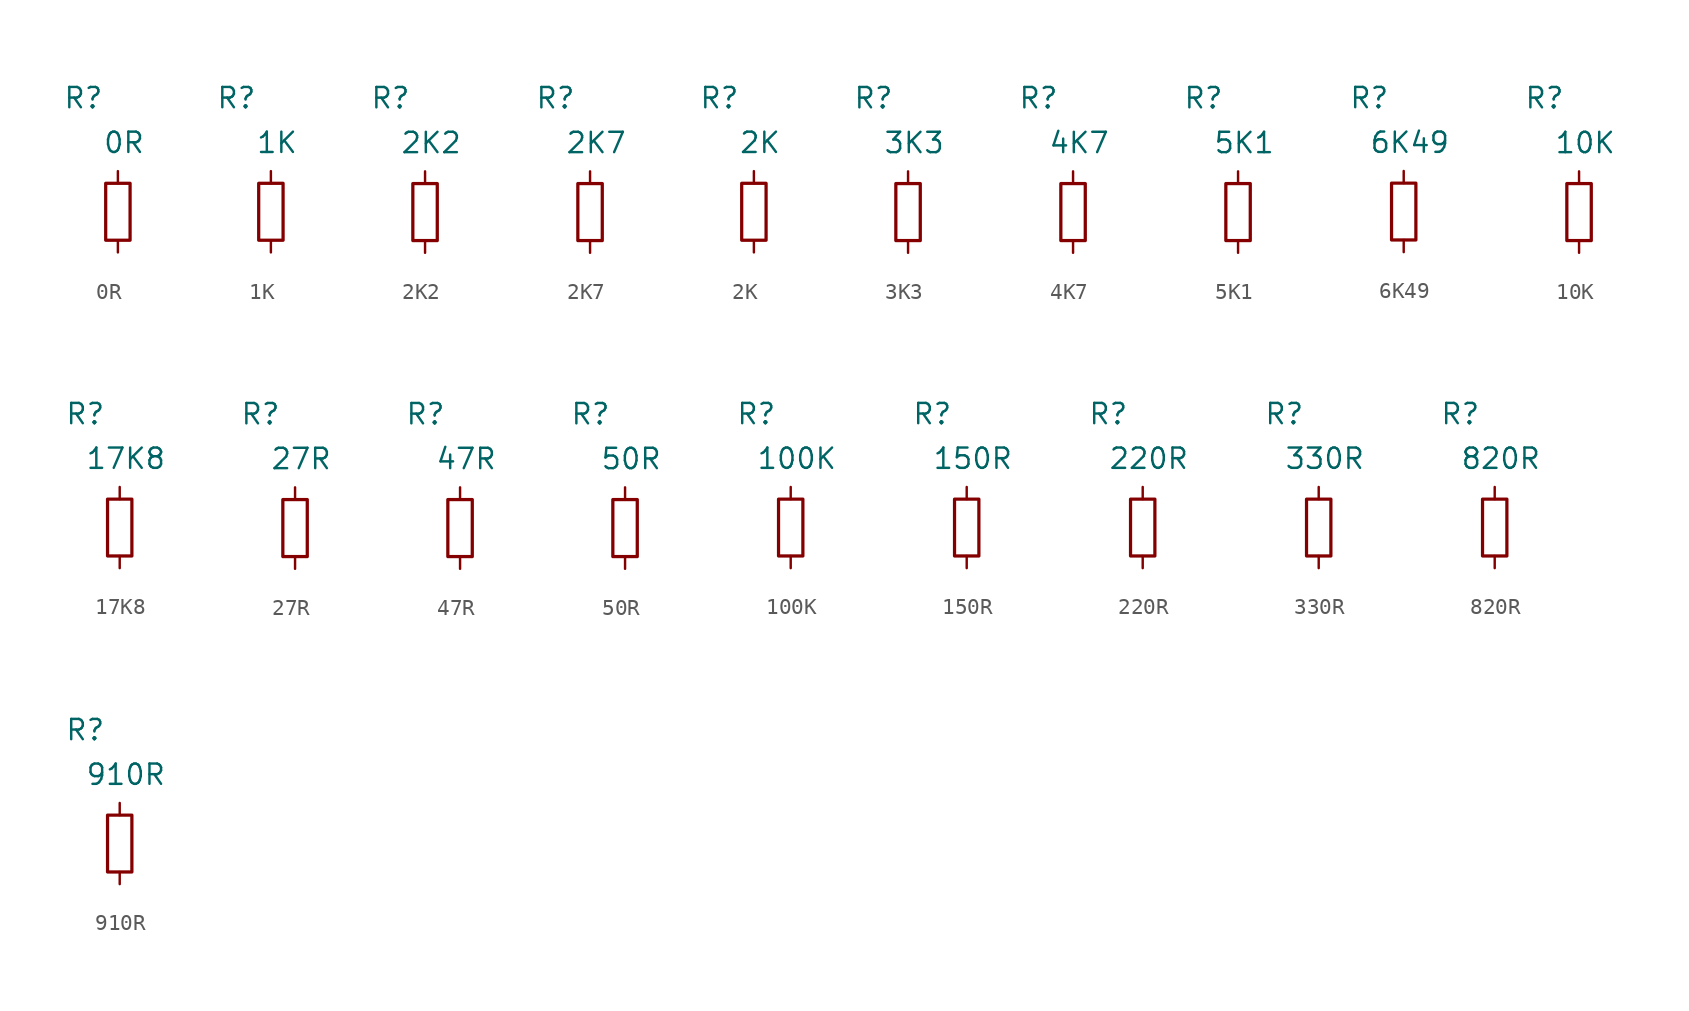
<source format=kicad_sym>
(kicad_symbol_lib
  (version 20241209)
  (generator "kicad_symbol_editor")
  (generator_version "9.0")
  (symbol "0R"
    (pin_numbers
      (hide yes))
    (pin_names
      (offset 0))
    (property "Reference" "R"
      (at -2.159 6.985 0)
      (effects (font (size 1.27 1.27))))
    (property "Value" "0R"
      (at 0.381 4.191 0)
      (effects (font (size 1.27 1.27))))
    (symbol "0R_1_1"
      (rectangle (start -0.762 1.651) (end 0.762 -1.905) (stroke (width 0.203) (type solid)) (fill (type none)))
      (pin passive line (at 0 2.413 270) (length 0.762) (name "~" (effects (font (size 1.27 1.27)))) (number "1" (effects (font (size 1.27 1.27)))))
      (pin passive line (at 0 -2.667 90) (length 0.762) (name "~" (effects (font (size 1.27 1.27)))) (number "2" (effects (font (size 1.27 1.27)))))))
  (symbol "1K"
    (pin_numbers
      (hide yes))
    (pin_names
      (offset 0)
      (hide yes))
    (property "Reference" "R"
      (at -2.159 6.985 0)
      (effects (font (size 1.27 1.27))))
    (property "Value" "1K"
      (at 0.381 4.191 0)
      (effects (font (size 1.27 1.27))))
    (symbol "1K_1_1"
      (rectangle (start -0.762 1.651) (end 0.762 -1.905) (stroke (width 0.203) (type solid)) (fill (type none)))
      (pin passive line (at 0 2.413 270) (length 0.762) (name "~" (effects (font (size 1.27 1.27)))) (number "1" (effects (font (size 1.27 1.27)))))
      (pin passive line (at 0 -2.667 90) (length 0.762) (name "~" (effects (font (size 1.27 1.27)))) (number "2" (effects (font (size 1.27 1.27)))))))
  (symbol "2K2"
    (pin_numbers
      (hide yes))
    (pin_names
      (offset 0)
      (hide yes))
    (property "Reference" "R"
      (at -2.159 6.985 0)
      (effects (font (size 1.27 1.27))))
    (property "Value" "2K2"
      (at 0.381 4.191 0)
      (effects (font (size 1.27 1.27))))
    (symbol "2K2_1_1"
      (rectangle (start -0.762 1.651) (end 0.762 -1.905) (stroke (width 0.203) (type solid)) (fill (type none)))
      (pin passive line (at 0 2.413 270) (length 0.762) (name "~" (effects (font (size 1.27 1.27)))) (number "1" (effects (font (size 1.27 1.27)))))
      (pin passive line (at 0 -2.667 90) (length 0.762) (name "~" (effects (font (size 1.27 1.27)))) (number "2" (effects (font (size 1.27 1.27)))))))
  (symbol "2K7"
    (pin_numbers
      (hide yes))
    (pin_names
      (offset 0)
      (hide yes))
    (property "Reference" "R"
      (at -2.159 6.985 0)
      (effects (font (size 1.27 1.27))))
    (property "Value" "2K7"
      (at 0.381 4.191 0)
      (effects (font (size 1.27 1.27))))
    (symbol "2K7_1_1"
      (rectangle (start -0.762 1.651) (end 0.762 -1.905) (stroke (width 0.203) (type solid)) (fill (type none)))
      (pin passive line (at 0 2.413 270) (length 0.762) (name "~" (effects (font (size 1.27 1.27)))) (number "1" (effects (font (size 1.27 1.27)))))
      (pin passive line (at 0 -2.667 90) (length 0.762) (name "~" (effects (font (size 1.27 1.27)))) (number "2" (effects (font (size 1.27 1.27)))))))
  (symbol "2K"
    (pin_numbers
      (hide yes))
    (pin_names
      (offset 0)
      (hide yes))
    (property "Reference" "R"
      (at -2.159 6.985 0)
      (effects (font (size 1.27 1.27))))
    (property "Value" "2K"
      (at 0.381 4.191 0)
      (effects (font (size 1.27 1.27))))
    (symbol "2K_1_1"
      (rectangle (start -0.762 1.651) (end 0.762 -1.905) (stroke (width 0.203) (type solid)) (fill (type none)))
      (pin passive line (at 0 2.413 270) (length 0.762) (name "~" (effects (font (size 1.27 1.27)))) (number "1" (effects (font (size 1.27 1.27)))))
      (pin passive line (at 0 -2.667 90) (length 0.762) (name "~" (effects (font (size 1.27 1.27)))) (number "2" (effects (font (size 1.27 1.27)))))))
  (symbol "3K3"
    (pin_numbers
      (hide yes))
    (pin_names
      (offset 0)
      (hide yes))
    (property "Reference" "R"
      (at -2.159 6.985 0)
      (effects (font (size 1.27 1.27))))
    (property "Value" "3K3"
      (at 0.381 4.191 0)
      (effects (font (size 1.27 1.27))))
    (symbol "3K3_1_1"
      (rectangle (start -0.762 1.651) (end 0.762 -1.905) (stroke (width 0.203) (type solid)) (fill (type none)))
      (pin passive line (at 0 2.413 270) (length 0.762) (name "~" (effects (font (size 1.27 1.27)))) (number "1" (effects (font (size 1.27 1.27)))))
      (pin passive line (at 0 -2.667 90) (length 0.762) (name "~" (effects (font (size 1.27 1.27)))) (number "2" (effects (font (size 1.27 1.27)))))))
  (symbol "4K7"
    (pin_numbers
      (hide yes))
    (pin_names
      (offset 0)
      (hide yes))
    (property "Reference" "R"
      (at -2.159 6.985 0)
      (effects (font (size 1.27 1.27))))
    (property "Value" "4K7"
      (at 0.381 4.191 0)
      (effects (font (size 1.27 1.27))))
    (symbol "4K7_1_1"
      (rectangle (start -0.762 1.651) (end 0.762 -1.905) (stroke (width 0.203) (type solid)) (fill (type none)))
      (pin passive line (at 0 2.413 270) (length 0.762) (name "~" (effects (font (size 1.27 1.27)))) (number "1" (effects (font (size 1.27 1.27)))))
      (pin passive line (at 0 -2.667 90) (length 0.762) (name "~" (effects (font (size 1.27 1.27)))) (number "2" (effects (font (size 1.27 1.27)))))))
  (symbol "5K1"
    (pin_numbers
      (hide yes))
    (pin_names
      (offset 0)
      (hide yes))
    (property "Reference" "R"
      (at -2.159 6.985 0)
      (effects (font (size 1.27 1.27))))
    (property "Value" "5K1"
      (at 0.381 4.191 0)
      (effects (font (size 1.27 1.27))))
    (symbol "5K1_1_1"
      (rectangle (start -0.762 1.651) (end 0.762 -1.905) (stroke (width 0.203) (type solid)) (fill (type none)))
      (pin passive line (at 0 2.413 270) (length 0.762) (name "~" (effects (font (size 1.27 1.27)))) (number "1" (effects (font (size 1.27 1.27)))))
      (pin passive line (at 0 -2.667 90) (length 0.762) (name "~" (effects (font (size 1.27 1.27)))) (number "2" (effects (font (size 1.27 1.27)))))))
  (symbol "6K49"
    (pin_numbers
      (hide yes))
    (pin_names
      (offset 0)
      (hide yes))
    (property "Reference" "R"
      (at -2.159 6.985 0)
      (effects (font (size 1.27 1.27))))
    (property "Value" "6K49"
      (at 0.381 4.191 0)
      (effects (font (size 1.27 1.27))))
    (symbol "6K49_1_1"
      (rectangle (start -0.762 1.651) (end 0.762 -1.905) (stroke (width 0.203) (type solid)) (fill (type none)))
      (pin passive line (at 0 2.413 270) (length 0.762) (name "~" (effects (font (size 1.27 1.27)))) (number "1" (effects (font (size 1.27 1.27)))))
      (pin passive line (at 0 -2.667 90) (length 0.762) (name "~" (effects (font (size 1.27 1.27)))) (number "2" (effects (font (size 1.27 1.27)))))))
  (symbol "10K"
    (pin_numbers
      (hide yes))
    (pin_names
      (offset 0)
      (hide yes))
    (property "Reference" "R"
      (at -2.159 6.985 0)
      (effects (font (size 1.27 1.27))))
    (property "Value" "10K"
      (at 0.381 4.191 0)
      (effects (font (size 1.27 1.27))))
    (symbol "10K_1_1"
      (rectangle (start -0.762 1.651) (end 0.762 -1.905) (stroke (width 0.203) (type solid)) (fill (type none)))
      (pin passive line (at 0 2.413 270) (length 0.762) (name "~" (effects (font (size 1.27 1.27)))) (number "1" (effects (font (size 1.27 1.27)))))
      (pin passive line (at 0 -2.667 90) (length 0.762) (name "~" (effects (font (size 1.27 1.27)))) (number "2" (effects (font (size 1.27 1.27)))))))
  (symbol "17K8"
    (pin_numbers
      (hide yes))
    (pin_names
      (offset 0)
      (hide yes))
    (property "Reference" "R"
      (at -2.159 6.985 0)
      (effects (font (size 1.27 1.27))))
    (property "Value" "17K8"
      (at 0.381 4.191 0)
      (effects (font (size 1.27 1.27))))
    (symbol "17K8_1_1"
      (rectangle (start -0.762 1.651) (end 0.762 -1.905) (stroke (width 0.203) (type solid)) (fill (type none)))
      (pin passive line (at 0 2.413 270) (length 0.762) (name "~" (effects (font (size 1.27 1.27)))) (number "1" (effects (font (size 1.27 1.27)))))
      (pin passive line (at 0 -2.667 90) (length 0.762) (name "~" (effects (font (size 1.27 1.27)))) (number "2" (effects (font (size 1.27 1.27)))))))
  (symbol "27R"
    (pin_numbers
      (hide yes))
    (pin_names
      (offset 0)
      (hide yes))
    (property "Reference" "R"
      (at -2.159 6.985 0)
      (effects (font (size 1.27 1.27))))
    (property "Value" "27R"
      (at 0.381 4.191 0)
      (effects (font (size 1.27 1.27))))
    (symbol "27R_1_1"
      (rectangle (start -0.762 1.651) (end 0.762 -1.905) (stroke (width 0.203) (type solid)) (fill (type none)))
      (pin passive line (at 0 2.413 270) (length 0.762) (name "~" (effects (font (size 1.27 1.27)))) (number "1" (effects (font (size 1.27 1.27)))))
      (pin passive line (at 0 -2.667 90) (length 0.762) (name "~" (effects (font (size 1.27 1.27)))) (number "2" (effects (font (size 1.27 1.27)))))))
  (symbol "47R"
    (pin_numbers
      (hide yes))
    (pin_names
      (offset 0)
      (hide yes))
    (property "Reference" "R"
      (at -2.159 6.985 0)
      (effects (font (size 1.27 1.27))))
    (property "Value" "47R"
      (at 0.381 4.191 0)
      (effects (font (size 1.27 1.27))))
    (symbol "47R_1_1"
      (rectangle (start -0.762 1.651) (end 0.762 -1.905) (stroke (width 0.203) (type solid)) (fill (type none)))
      (pin passive line (at 0 2.413 270) (length 0.762) (name "~" (effects (font (size 1.27 1.27)))) (number "1" (effects (font (size 1.27 1.27)))))
      (pin passive line (at 0 -2.667 90) (length 0.762) (name "~" (effects (font (size 1.27 1.27)))) (number "2" (effects (font (size 1.27 1.27)))))))
  (symbol "50R"
    (pin_numbers
      (hide yes))
    (pin_names
      (offset 0)
      (hide yes))
    (property "Reference" "R"
      (at -2.159 6.985 0)
      (effects (font (size 1.27 1.27))))
    (property "Value" "50R"
      (at 0.381 4.191 0)
      (effects (font (size 1.27 1.27))))
    (symbol "50R_1_1"
      (rectangle (start -0.762 1.651) (end 0.762 -1.905) (stroke (width 0.203) (type solid)) (fill (type none)))
      (pin passive line (at 0 2.413 270) (length 0.762) (name "~" (effects (font (size 1.27 1.27)))) (number "1" (effects (font (size 1.27 1.27)))))
      (pin passive line (at 0 -2.667 90) (length 0.762) (name "~" (effects (font (size 1.27 1.27)))) (number "2" (effects (font (size 1.27 1.27)))))))
  (symbol "100K"
    (pin_numbers
      (hide yes))
    (pin_names
      (offset 0)
      (hide yes))
    (property "Reference" "R"
      (at -2.159 6.985 0)
      (effects (font (size 1.27 1.27))))
    (property "Value" "100K"
      (at 0.381 4.191 0)
      (effects (font (size 1.27 1.27))))
    (symbol "100K_1_1"
      (rectangle (start -0.762 1.651) (end 0.762 -1.905) (stroke (width 0.203) (type solid)) (fill (type none)))
      (pin passive line (at 0 2.413 270) (length 0.762) (name "~" (effects (font (size 1.27 1.27)))) (number "1" (effects (font (size 1.27 1.27)))))
      (pin passive line (at 0 -2.667 90) (length 0.762) (name "~" (effects (font (size 1.27 1.27)))) (number "2" (effects (font (size 1.27 1.27)))))))
  (symbol "150R"
    (pin_numbers
      (hide yes))
    (pin_names
      (offset 0)
      (hide yes))
    (property "Reference" "R"
      (at -2.159 6.985 0)
      (effects (font (size 1.27 1.27))))
    (property "Value" "150R"
      (at 0.381 4.191 0)
      (effects (font (size 1.27 1.27))))
    (symbol "150R_1_1"
      (rectangle (start -0.762 1.651) (end 0.762 -1.905) (stroke (width 0.203) (type solid)) (fill (type none)))
      (pin passive line (at 0 2.413 270) (length 0.762) (name "~" (effects (font (size 1.27 1.27)))) (number "1" (effects (font (size 1.27 1.27)))))
      (pin passive line (at 0 -2.667 90) (length 0.762) (name "~" (effects (font (size 1.27 1.27)))) (number "2" (effects (font (size 1.27 1.27)))))))
  (symbol "220R"
    (pin_numbers
      (hide yes))
    (pin_names
      (offset 0)
      (hide yes))
    (property "Reference" "R"
      (at -2.159 6.985 0)
      (effects (font (size 1.27 1.27))))
    (property "Value" "220R"
      (at 0.381 4.191 0)
      (effects (font (size 1.27 1.27))))
    (symbol "220R_1_1"
      (rectangle (start -0.762 1.651) (end 0.762 -1.905) (stroke (width 0.203) (type solid)) (fill (type none)))
      (pin passive line (at 0 2.413 270) (length 0.762) (name "~" (effects (font (size 1.27 1.27)))) (number "1" (effects (font (size 1.27 1.27)))))
      (pin passive line (at 0 -2.667 90) (length 0.762) (name "~" (effects (font (size 1.27 1.27)))) (number "2" (effects (font (size 1.27 1.27)))))))
  (symbol "330R"
    (pin_numbers
      (hide yes))
    (pin_names
      (offset 0)
      (hide yes))
    (property "Reference" "R"
      (at -2.159 6.985 0)
      (effects (font (size 1.27 1.27))))
    (property "Value" "330R"
      (at 0.381 4.191 0)
      (effects (font (size 1.27 1.27))))
    (symbol "330R_1_1"
      (rectangle (start -0.762 1.651) (end 0.762 -1.905) (stroke (width 0.203) (type solid)) (fill (type none)))
      (pin passive line (at 0 2.413 270) (length 0.762) (name "~" (effects (font (size 1.27 1.27)))) (number "1" (effects (font (size 1.27 1.27)))))
      (pin passive line (at 0 -2.667 90) (length 0.762) (name "~" (effects (font (size 1.27 1.27)))) (number "2" (effects (font (size 1.27 1.27)))))))
  (symbol "820R"
    (pin_numbers
      (hide yes))
    (pin_names
      (offset 0)
      (hide yes))
    (property "Reference" "R"
      (at -2.159 6.985 0)
      (effects (font (size 1.27 1.27))))
    (property "Value" "820R"
      (at 0.381 4.191 0)
      (effects (font (size 1.27 1.27))))
    (symbol "820R_1_1"
      (rectangle (start -0.762 1.651) (end 0.762 -1.905) (stroke (width 0.203) (type solid)) (fill (type none)))
      (pin passive line (at 0 2.413 270) (length 0.762) (name "~" (effects (font (size 1.27 1.27)))) (number "1" (effects (font (size 1.27 1.27)))))
      (pin passive line (at 0 -2.667 90) (length 0.762) (name "~" (effects (font (size 1.27 1.27)))) (number "2" (effects (font (size 1.27 1.27)))))))
  (symbol "910R"
    (pin_numbers
      (hide yes))
    (pin_names
      (offset 0)
      (hide yes))
    (property "Reference" "R"
      (at -2.159 6.985 0)
      (effects (font (size 1.27 1.27))))
    (property "Value" "910R"
      (at 0.381 4.191 0)
      (effects (font (size 1.27 1.27))))
    (symbol "910R_1_1"
      (rectangle (start -0.762 1.651) (end 0.762 -1.905) (stroke (width 0.203) (type solid)) (fill (type none)))
      (pin passive line (at 0 2.413 270) (length 0.762) (name "~" (effects (font (size 1.27 1.27)))) (number "1" (effects (font (size 1.27 1.27)))))
      (pin passive line (at 0 -2.667 90) (length 0.762) (name "~" (effects (font (size 1.27 1.27)))) (number "2" (effects (font (size 1.27 1.27))))))))
</source>
